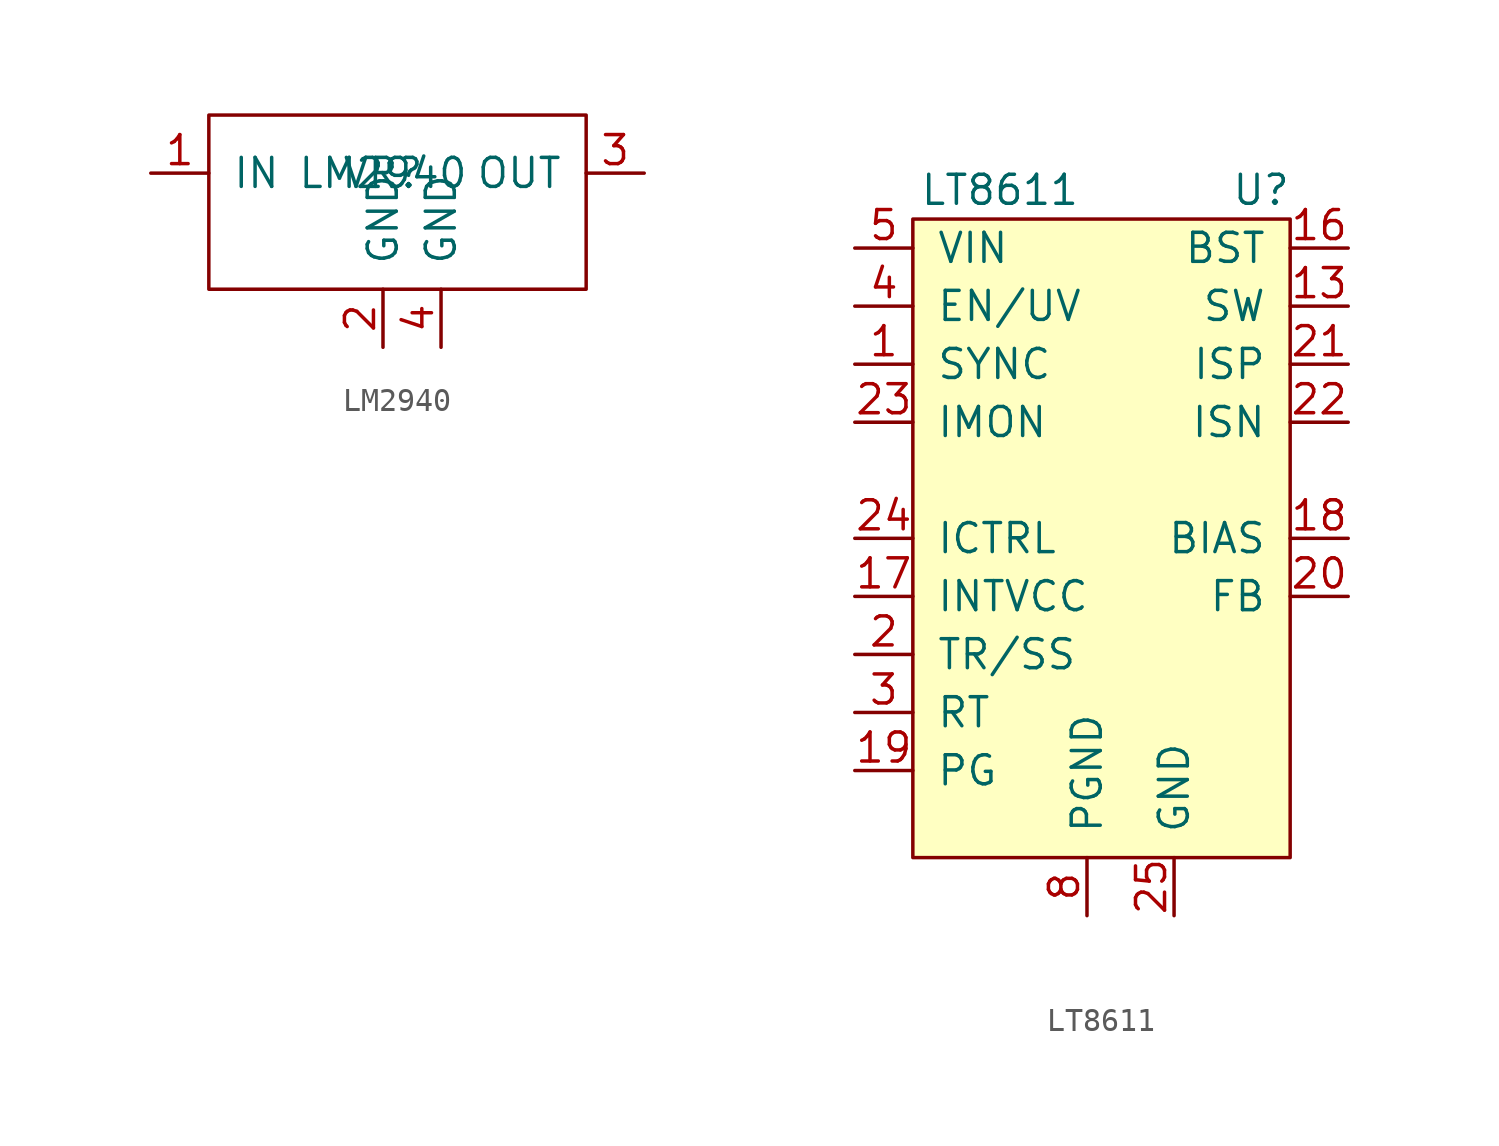
<source format=kicad_sym>
(kicad_symbol_lib
  (version 20211014)
  (generator kicad_symbol_editor)
  (symbol "LM2940"
    (pin_names
      (offset 1.016))
    (property "Reference" "VR"
      (at 0 0 0)
      (effects (font (size 1.27 1.27))))
    (property "Value" "LM2940"
      (at 0 0 0)
      (effects (font (size 1.27 1.27))))
    (symbol "LM2940_0_1"
      (polyline (pts (xy -7.62 0) (xy -7.62 -5.08) (xy 8.89 -5.08) (xy 8.89 2.54) (xy -7.62 2.54) (xy -7.62 0)) (stroke (width 0) (type default) (color 0 0 0 0)) (fill (type none))))
    (symbol "LM2940_1_1"
      (pin input line (at -10.16 0 0) (length 2.54) (name "IN" (effects (font (size 1.27 1.27)))) (number "1" (effects (font (size 1.27 1.27)))))
      (pin power_in line (at 0 -7.62 90) (length 2.54) (name "GND" (effects (font (size 1.27 1.27)))) (number "2" (effects (font (size 1.27 1.27)))))
      (pin output line (at 11.43 0 180) (length 2.54) (name "OUT" (effects (font (size 1.27 1.27)))) (number "3" (effects (font (size 1.27 1.27)))))
      (pin power_in line (at 2.54 -7.62 90) (length 2.54) (name "GND" (effects (font (size 1.27 1.27)))) (number "4" (effects (font (size 1.27 1.27)))))))
  (symbol "LT8611"
    (pin_names
      (offset 1.016))
    (property "Reference" "U"
      (at 5.08 12.7 0)
      (effects (font (size 1.27 1.27))))
    (property "Value" "LT8611"
      (at -6.35 12.7 0)
      (effects (font (size 1.27 1.27))))
    (symbol "LT8611_0_1"
      (rectangle (start -10.16 11.43) (end 6.35 -16.51) (stroke (width 0) (type default) (color 0 0 0 0)) (fill (type background))))
    (symbol "LT8611_1_1"
      (pin input line (at -12.7 5.08 0) (length 2.54) (name "SYNC" (effects (font (size 1.27 1.27)))) (number "1" (effects (font (size 1.27 1.27)))))
      (pin power_in line (at 1.27 -19.05 270) (length 0) hide (name "NC" (effects (font (size 1.27 1.27)))) (number "10" (effects (font (size 1.27 1.27)))))
      (pin power_in line (at 1.27 -19.05 270) (length 0) hide (name "NC" (effects (font (size 1.27 1.27)))) (number "11" (effects (font (size 1.27 1.27)))))
      (pin power_in line (at 1.27 -19.05 270) (length 0) hide (name "NC" (effects (font (size 1.27 1.27)))) (number "12" (effects (font (size 1.27 1.27)))))
      (pin power_out line (at 8.89 7.62 180) (length 2.54) (name "SW" (effects (font (size 1.27 1.27)))) (number "13" (effects (font (size 1.27 1.27)))))
      (pin passive line (at 8.89 7.62 180) (length 0) hide (name "SW" (effects (font (size 1.27 1.27)))) (number "14" (effects (font (size 1.27 1.27)))))
      (pin passive line (at 8.89 7.62 180) (length 0) hide (name "SW" (effects (font (size 1.27 1.27)))) (number "15" (effects (font (size 1.27 1.27)))))
      (pin power_out line (at 8.89 10.16 180) (length 2.54) (name "BST" (effects (font (size 1.27 1.27)))) (number "16" (effects (font (size 1.27 1.27)))))
      (pin output line (at -12.7 -5.08 0) (length 2.54) (name "INTVCC" (effects (font (size 1.27 1.27)))) (number "17" (effects (font (size 1.27 1.27)))))
      (pin power_out line (at 8.89 -2.54 180) (length 2.54) (name "BIAS" (effects (font (size 1.27 1.27)))) (number "18" (effects (font (size 1.27 1.27)))))
      (pin open_collector line (at -12.7 -12.7 0) (length 2.54) (name "PG" (effects (font (size 1.27 1.27)))) (number "19" (effects (font (size 1.27 1.27)))))
      (pin output line (at -12.7 -7.62 0) (length 2.54) (name "TR/SS" (effects (font (size 1.27 1.27)))) (number "2" (effects (font (size 1.27 1.27)))))
      (pin input line (at 8.89 -5.08 180) (length 2.54) (name "FB" (effects (font (size 1.27 1.27)))) (number "20" (effects (font (size 1.27 1.27)))))
      (pin input line (at 8.89 5.08 180) (length 2.54) (name "ISP" (effects (font (size 1.27 1.27)))) (number "21" (effects (font (size 1.27 1.27)))))
      (pin input line (at 8.89 2.54 180) (length 2.54) (name "ISN" (effects (font (size 1.27 1.27)))) (number "22" (effects (font (size 1.27 1.27)))))
      (pin output line (at -12.7 2.54 0) (length 2.54) (name "IMON" (effects (font (size 1.27 1.27)))) (number "23" (effects (font (size 1.27 1.27)))))
      (pin input line (at -12.7 -2.54 0) (length 2.54) (name "ICTRL" (effects (font (size 1.27 1.27)))) (number "24" (effects (font (size 1.27 1.27)))))
      (pin power_in line (at 1.27 -19.05 90) (length 2.54) (name "GND" (effects (font (size 1.27 1.27)))) (number "25" (effects (font (size 1.27 1.27)))))
      (pin output line (at -12.7 -10.16 0) (length 2.54) (name "RT" (effects (font (size 1.27 1.27)))) (number "3" (effects (font (size 1.27 1.27)))))
      (pin input line (at -12.7 7.62 0) (length 2.54) (name "EN/UV" (effects (font (size 1.27 1.27)))) (number "4" (effects (font (size 1.27 1.27)))))
      (pin power_in line (at -12.7 10.16 0) (length 2.54) (name "VIN" (effects (font (size 1.27 1.27)))) (number "5" (effects (font (size 1.27 1.27)))))
      (pin power_in line (at -12.7 10.16 0) (length 0) hide (name "VIN" (effects (font (size 1.27 1.27)))) (number "6" (effects (font (size 1.27 1.27)))))
      (pin power_in line (at -2.54 -19.05 90) (length 0) hide (name "PGND" (effects (font (size 1.27 1.27)))) (number "7" (effects (font (size 1.27 1.27)))))
      (pin power_in line (at -2.54 -19.05 90) (length 2.54) (name "PGND" (effects (font (size 1.27 1.27)))) (number "8" (effects (font (size 1.27 1.27)))))
      (pin power_in line (at 1.27 -19.05 270) (length 0) hide (name "NC" (effects (font (size 1.27 1.27)))) (number "9" (effects (font (size 1.27 1.27))))))))
</source>
